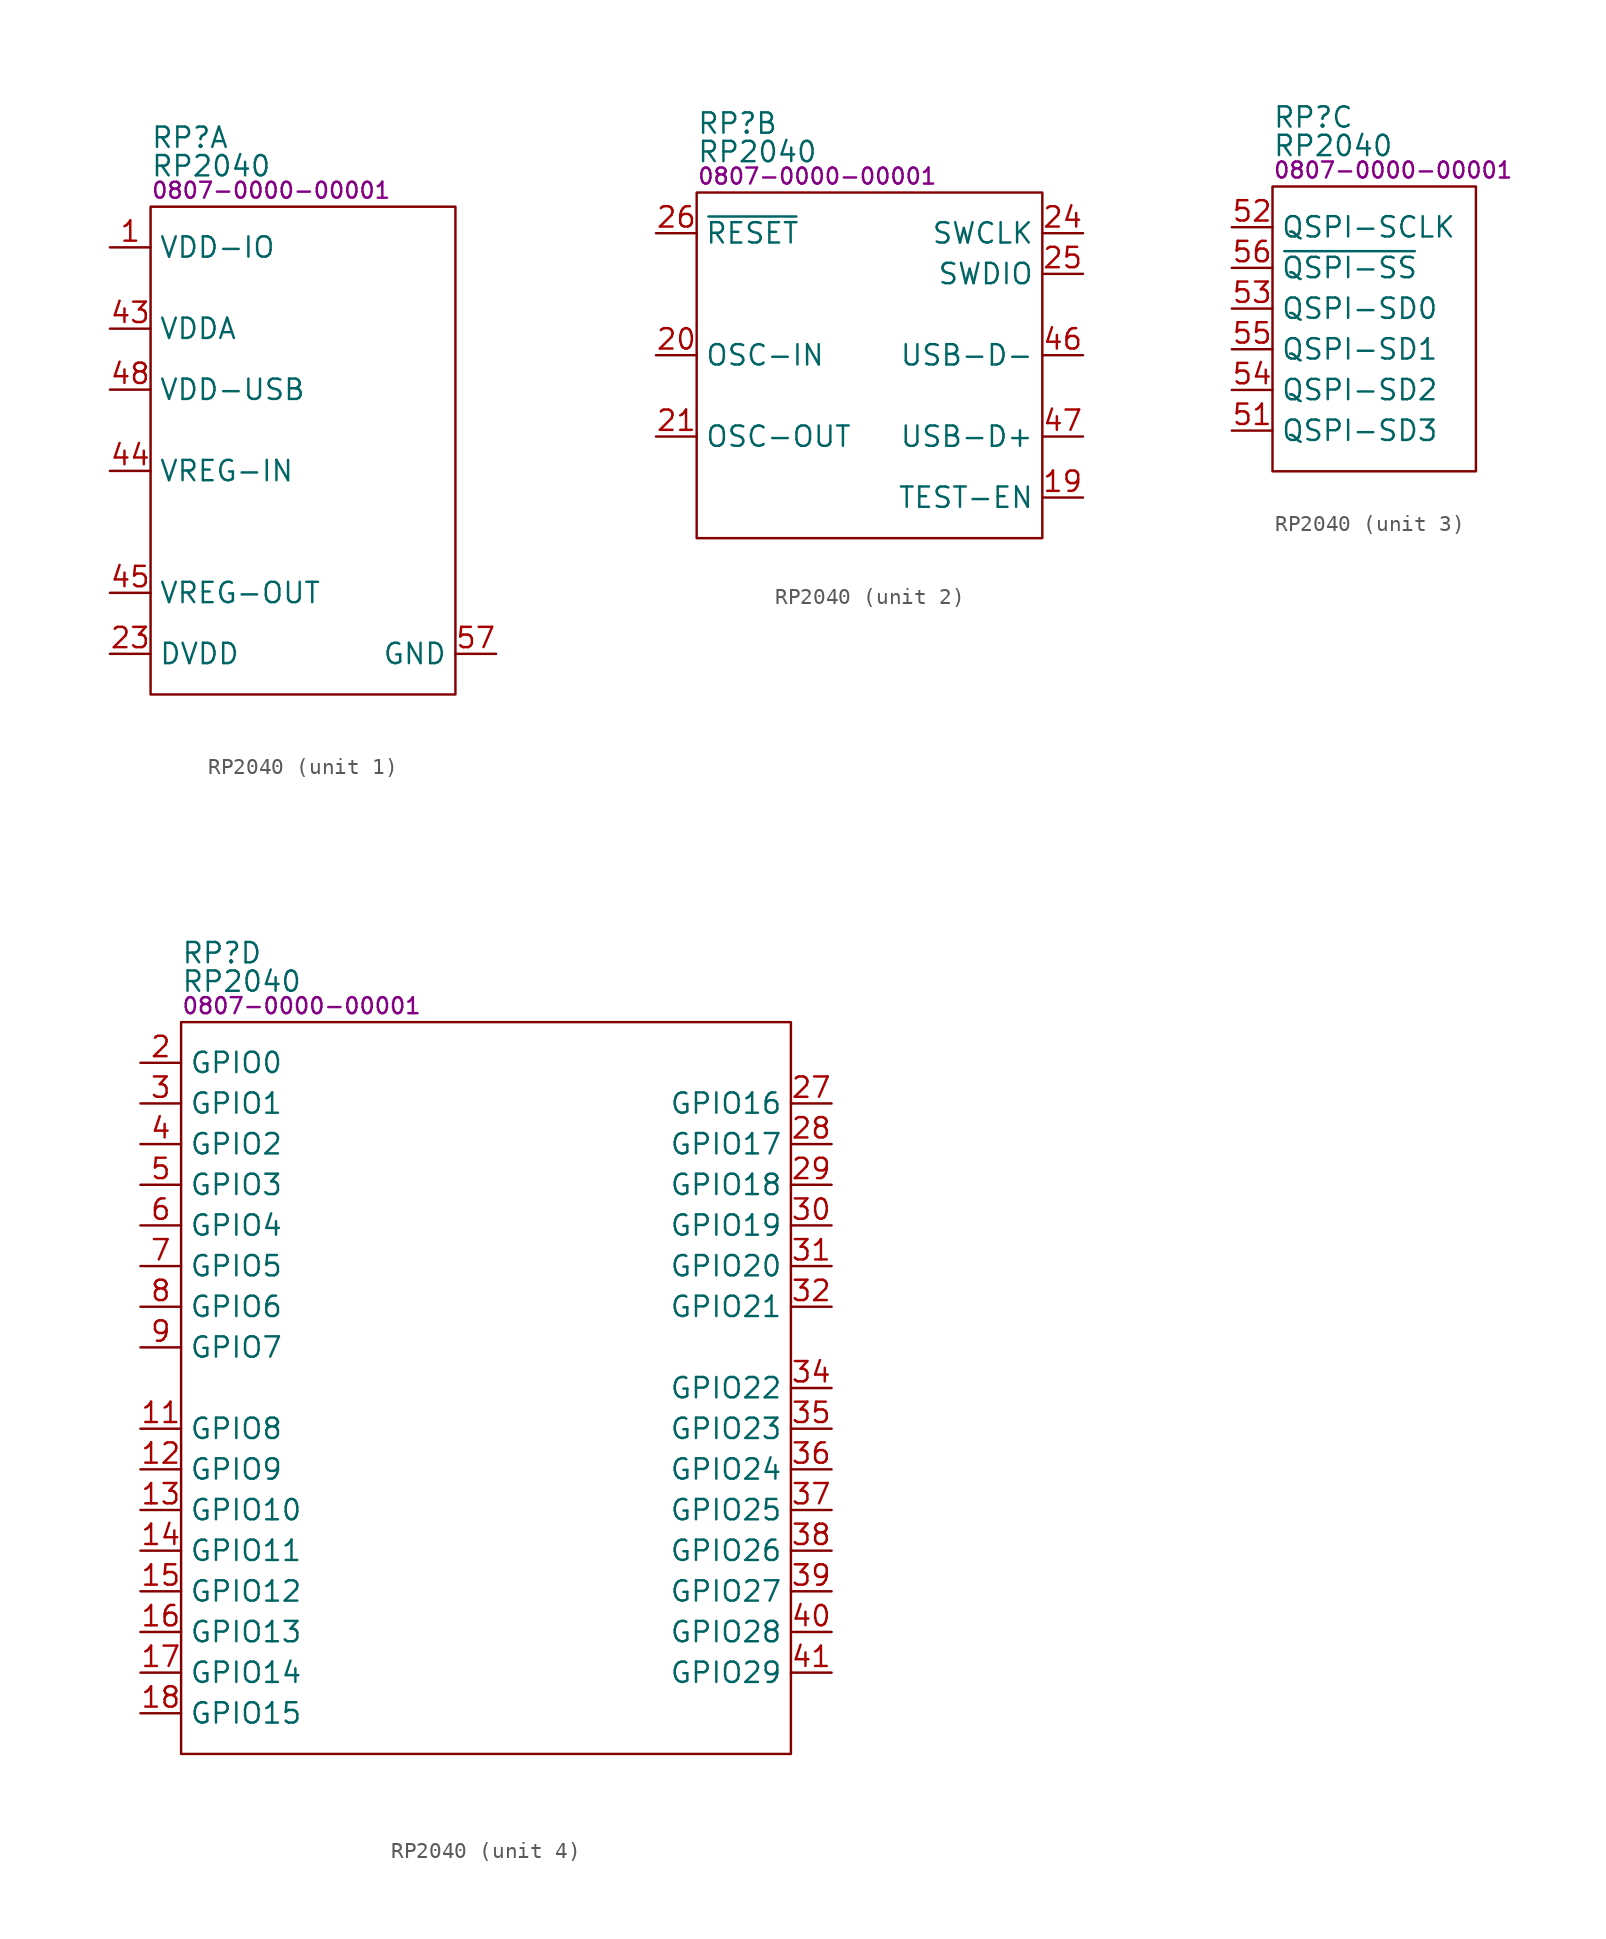
<source format=kicad_sym>
(kicad_symbol_lib
  (version 20231120)
  (generator "kicad_symbol_editor")
  (generator_version "8.0")
  (symbol "RP2040"
    (property "Reference" "RP"
      (at 0 4.318 0)
      (effects (font (size 1.27 1.27)) (justify left)))
    (property "Value" "RP2040"
      (at 0 2.54 0)
      (effects (font (size 1.27 1.27)) (justify left)))
    (property "PartNumber" "0807-0000-00001"
      (at 0 1.016 0)
      (effects (font (size 1 1)) (justify left)))
    (property "ki_locked" ""
      (at 0 0 0)
      (effects (font (size 1.27 1.27))))
    (symbol "RP2040_1_0"
      (pin power_in line (at -2.54 -2.54 0) (length 2.54) (name "VDD-IO" (effects (font (size 1.27 1.27)))) (number "1" (effects (font (size 1.27 1.27)))))
      (pin power_in line (at -2.54 -2.54 0) (length 2.54) hide (name "VDD-IO" (effects (font (size 1.27 1.27)))) (number "10" (effects (font (size 1.27 1.27)))))
      (pin power_in line (at -2.54 -2.54 0) (length 2.54) hide (name "VDD-IO" (effects (font (size 1.27 1.27)))) (number "22" (effects (font (size 1.27 1.27)))))
      (pin power_in line (at -2.54 -27.94 0) (length 2.54) (name "DVDD" (effects (font (size 1.27 1.27)))) (number "23" (effects (font (size 1.27 1.27)))))
      (pin power_in line (at -2.54 -2.54 0) (length 2.54) hide (name "VDD-IO" (effects (font (size 1.27 1.27)))) (number "33" (effects (font (size 1.27 1.27)))))
      (pin power_in line (at -2.54 -2.54 0) (length 2.54) hide (name "VDD-IO" (effects (font (size 1.27 1.27)))) (number "42" (effects (font (size 1.27 1.27)))))
      (pin power_in line (at -2.54 -7.62 0) (length 2.54) (name "VDDA" (effects (font (size 1.27 1.27)))) (number "43" (effects (font (size 1.27 1.27)))))
      (pin power_in line (at -2.54 -16.51 0) (length 2.54) (name "VREG-IN" (effects (font (size 1.27 1.27)))) (number "44" (effects (font (size 1.27 1.27)))))
      (pin power_out line (at -2.54 -24.13 0) (length 2.54) (name "VREG-OUT" (effects (font (size 1.27 1.27)))) (number "45" (effects (font (size 1.27 1.27)))))
      (pin power_in line (at -2.54 -11.43 0) (length 2.54) (name "VDD-USB" (effects (font (size 1.27 1.27)))) (number "48" (effects (font (size 1.27 1.27)))))
      (pin power_in line (at -2.54 -2.54 0) (length 2.54) hide (name "VDD-IO" (effects (font (size 1.27 1.27)))) (number "49" (effects (font (size 1.27 1.27)))))
      (pin power_in line (at -2.54 -27.94 0) (length 2.54) hide (name "DVDD" (effects (font (size 1.27 1.27)))) (number "50" (effects (font (size 1.27 1.27)))))
      (pin power_in line (at 21.59 -27.94 180) (length 2.54) (name "GND" (effects (font (size 1.27 1.27)))) (number "57" (effects (font (size 1.27 1.27))))))
    (symbol "RP2040_1_1"
      (rectangle (start 0 0) (end 19.05 -30.48) (stroke (width 0) (type default)) (fill (type none))))
    (symbol "RP2040_2_0"
      (pin passive line (at 24.13 -19.05 180) (length 2.54) (name "TEST-EN" (effects (font (size 1.27 1.27)))) (number "19" (effects (font (size 1.27 1.27)))))
      (pin passive line (at -2.54 -10.16 0) (length 2.54) (name "OSC-IN" (effects (font (size 1.27 1.27)))) (number "20" (effects (font (size 1.27 1.27)))))
      (pin passive line (at -2.54 -15.24 0) (length 2.54) (name "OSC-OUT" (effects (font (size 1.27 1.27)))) (number "21" (effects (font (size 1.27 1.27)))))
      (pin input line (at 24.13 -2.54 180) (length 2.54) (name "SWCLK" (effects (font (size 1.27 1.27)))) (number "24" (effects (font (size 1.27 1.27)))))
      (pin bidirectional line (at 24.13 -5.08 180) (length 2.54) (name "SWDIO" (effects (font (size 1.27 1.27)))) (number "25" (effects (font (size 1.27 1.27)))))
      (pin input line (at -2.54 -2.54 0) (length 2.54) (name "~{RESET}" (effects (font (size 1.27 1.27)))) (number "26" (effects (font (size 1.27 1.27)))))
      (pin bidirectional line (at 24.13 -10.16 180) (length 2.54) (name "USB-D-" (effects (font (size 1.27 1.27)))) (number "46" (effects (font (size 1.27 1.27)))))
      (pin bidirectional line (at 24.13 -15.24 180) (length 2.54) (name "USB-D+" (effects (font (size 1.27 1.27)))) (number "47" (effects (font (size 1.27 1.27))))))
    (symbol "RP2040_2_1"
      (rectangle (start 0 0) (end 21.59 -21.59) (stroke (width 0) (type default)) (fill (type none))))
    (symbol "RP2040_3_0"
      (pin bidirectional line (at -2.54 -15.24 0) (length 2.54) (name "QSPI-SD3" (effects (font (size 1.27 1.27)))) (number "51" (effects (font (size 1.27 1.27)))))
      (pin output line (at -2.54 -2.54 0) (length 2.54) (name "QSPI-SCLK" (effects (font (size 1.27 1.27)))) (number "52" (effects (font (size 1.27 1.27)))))
      (pin bidirectional line (at -2.54 -7.62 0) (length 2.54) (name "QSPI-SD0" (effects (font (size 1.27 1.27)))) (number "53" (effects (font (size 1.27 1.27)))))
      (pin bidirectional line (at -2.54 -12.7 0) (length 2.54) (name "QSPI-SD2" (effects (font (size 1.27 1.27)))) (number "54" (effects (font (size 1.27 1.27)))))
      (pin bidirectional line (at -2.54 -10.16 0) (length 2.54) (name "QSPI-SD1" (effects (font (size 1.27 1.27)))) (number "55" (effects (font (size 1.27 1.27)))))
      (pin output line (at -2.54 -5.08 0) (length 2.54) (name "~{QSPI-SS}" (effects (font (size 1.27 1.27)))) (number "56" (effects (font (size 1.27 1.27))))))
    (symbol "RP2040_3_1"
      (rectangle (start 0 0) (end 12.7 -17.78) (stroke (width 0) (type default)) (fill (type none))))
    (symbol "RP2040_4_0"
      (pin bidirectional line (at -2.54 -25.4 0) (length 2.54) (name "GPIO8" (effects (font (size 1.27 1.27)))) (number "11" (effects (font (size 1.27 1.27)))) (alternate "I2C0-SDA" bidirectional line) (alternate "PIO0" bidirectional line) (alternate "PIO1" bidirectional line) (alternate "PWM4-A" bidirectional line) (alternate "SIO" bidirectional line) (alternate "SPI1-RX" bidirectional line) (alternate "UART1-TX" bidirectional line) (alternate "USB-VBUS-EN" bidirectional line))
      (pin bidirectional line (at -2.54 -27.94 0) (length 2.54) (name "GPIO9" (effects (font (size 1.27 1.27)))) (number "12" (effects (font (size 1.27 1.27)))) (alternate "I2C0-SCL" bidirectional line) (alternate "PIO0" bidirectional line) (alternate "PIO1" bidirectional line) (alternate "PWM4-B" bidirectional line) (alternate "SIO" bidirectional line) (alternate "SPI1-~{CS}" bidirectional line) (alternate "UART1-RX" bidirectional line) (alternate "USB-OVCUR-DET" bidirectional line))
      (pin bidirectional line (at -2.54 -30.48 0) (length 2.54) (name "GPIO10" (effects (font (size 1.27 1.27)))) (number "13" (effects (font (size 1.27 1.27)))) (alternate "I2C1-SDA" bidirectional line) (alternate "PIO0" bidirectional line) (alternate "PIO1" bidirectional line) (alternate "PWM5-A" bidirectional line) (alternate "SIO" bidirectional line) (alternate "SPI1-SCK" bidirectional line) (alternate "UART1-CTS" bidirectional line) (alternate "USB-VBUS-DET" bidirectional line))
      (pin bidirectional line (at -2.54 -33.02 0) (length 2.54) (name "GPIO11" (effects (font (size 1.27 1.27)))) (number "14" (effects (font (size 1.27 1.27)))) (alternate "I2C1-SCL" bidirectional line) (alternate "PIO0" bidirectional line) (alternate "PIO1" bidirectional line) (alternate "PWM5-B" bidirectional line) (alternate "SIO" bidirectional line) (alternate "SPI1-TX" bidirectional line) (alternate "UART1-RTS" bidirectional line) (alternate "USB-VBUS-EN" bidirectional line))
      (pin bidirectional line (at -2.54 -35.56 0) (length 2.54) (name "GPIO12" (effects (font (size 1.27 1.27)))) (number "15" (effects (font (size 1.27 1.27)))) (alternate "I2C0-SDA" bidirectional line) (alternate "PIO0" bidirectional line) (alternate "PIO1" bidirectional line) (alternate "PWM6-A" bidirectional line) (alternate "SIO" bidirectional line) (alternate "SPI1-RX" bidirectional line) (alternate "UART0-TX" bidirectional line) (alternate "USB-OVCUR-DET" bidirectional line))
      (pin bidirectional line (at -2.54 -38.1 0) (length 2.54) (name "GPIO13" (effects (font (size 1.27 1.27)))) (number "16" (effects (font (size 1.27 1.27)))) (alternate "I2C0-SCL" bidirectional line) (alternate "PIO0" bidirectional line) (alternate "PIO1" bidirectional line) (alternate "PWM6-B" bidirectional line) (alternate "SIO" bidirectional line) (alternate "SPI1-~{CS}" bidirectional line) (alternate "UART0-RX" bidirectional line) (alternate "USB-VBUS-DET" bidirectional line))
      (pin bidirectional line (at -2.54 -40.64 0) (length 2.54) (name "GPIO14" (effects (font (size 1.27 1.27)))) (number "17" (effects (font (size 1.27 1.27)))) (alternate "I2C1-SDA" bidirectional line) (alternate "PIO0" bidirectional line) (alternate "PIO1" bidirectional line) (alternate "PWM7-A" bidirectional line) (alternate "SIO" bidirectional line) (alternate "SPI1-SCK" bidirectional line) (alternate "UART0-CTS" bidirectional line) (alternate "USB-VBUS-EN" bidirectional line))
      (pin bidirectional line (at -2.54 -43.18 0) (length 2.54) (name "GPIO15" (effects (font (size 1.27 1.27)))) (number "18" (effects (font (size 1.27 1.27)))) (alternate "I2C1-SCL" bidirectional line) (alternate "PIO0" bidirectional line) (alternate "PIO1" bidirectional line) (alternate "PWM7-B" bidirectional line) (alternate "SIO" bidirectional line) (alternate "SPI1-TX" bidirectional line) (alternate "UART0-RTS" bidirectional line) (alternate "USB-OVCUR-DET" bidirectional line))
      (pin bidirectional line (at -2.54 -2.54 0) (length 2.54) (name "GPIO0" (effects (font (size 1.27 1.27)))) (number "2" (effects (font (size 1.27 1.27)))) (alternate "I2C0-SDA" bidirectional line) (alternate "PIO0" bidirectional line) (alternate "PIO1" bidirectional line) (alternate "PWM0-A" output line) (alternate "SIO" bidirectional line) (alternate "SPI0-RX" input line) (alternate "USART-TX" output line) (alternate "USB-OC-DET" input line))
      (pin bidirectional line (at 40.64 -5.08 180) (length 2.54) (name "GPIO16" (effects (font (size 1.27 1.27)))) (number "27" (effects (font (size 1.27 1.27)))) (alternate "I2C0-SDA" bidirectional line) (alternate "PIO0" bidirectional line) (alternate "PIO1" bidirectional line) (alternate "PWM0-A" bidirectional line) (alternate "SIO" bidirectional line) (alternate "SPI0-RX" bidirectional line) (alternate "UART0-TX" bidirectional line) (alternate "USB-VBUS-DET" bidirectional line))
      (pin bidirectional line (at 40.64 -7.62 180) (length 2.54) (name "GPIO17" (effects (font (size 1.27 1.27)))) (number "28" (effects (font (size 1.27 1.27)))) (alternate "I2C0-SCL" bidirectional line) (alternate "PIO0" bidirectional line) (alternate "PIO1" bidirectional line) (alternate "PWM0-B" bidirectional line) (alternate "SIO" bidirectional line) (alternate "SPI0-~{CS}" bidirectional line) (alternate "UART0-RX" bidirectional line) (alternate "USB-VBUS-EN" bidirectional line))
      (pin bidirectional line (at 40.64 -10.16 180) (length 2.54) (name "GPIO18" (effects (font (size 1.27 1.27)))) (number "29" (effects (font (size 1.27 1.27)))) (alternate "I2C1-SDA" bidirectional line) (alternate "PIO0" bidirectional line) (alternate "PIO1" bidirectional line) (alternate "PWM1-A" bidirectional line) (alternate "SIO" bidirectional line) (alternate "SPI0-SCK" bidirectional line) (alternate "UART0-CTS" bidirectional line) (alternate "USB-OVCUR-DET" bidirectional line))
      (pin bidirectional line (at -2.54 -5.08 0) (length 2.54) (name "GPIO1" (effects (font (size 1.27 1.27)))) (number "3" (effects (font (size 1.27 1.27)))) (alternate "I2C0-SCL" bidirectional line) (alternate "PIO0" bidirectional line) (alternate "PIO1" bidirectional line) (alternate "PWM0-B" output line) (alternate "SIO" bidirectional line) (alternate "SPI0-~{CS}" output line) (alternate "UART0-RX" input line) (alternate "USB-VBUS-DET" input line))
      (pin bidirectional line (at 40.64 -12.7 180) (length 2.54) (name "GPIO19" (effects (font (size 1.27 1.27)))) (number "30" (effects (font (size 1.27 1.27)))) (alternate "I2C1-SCL" bidirectional line) (alternate "PIO0" bidirectional line) (alternate "PIO1" bidirectional line) (alternate "PWM1-B" bidirectional line) (alternate "SIO" bidirectional line) (alternate "SPI0-TX" bidirectional line) (alternate "UART0-RTS" bidirectional line) (alternate "USB-VBUS-DET" bidirectional line))
      (pin bidirectional line (at 40.64 -15.24 180) (length 2.54) (name "GPIO20" (effects (font (size 1.27 1.27)))) (number "31" (effects (font (size 1.27 1.27)))) (alternate "CLOCK-GPIN0" bidirectional line) (alternate "I2C0-SDA" bidirectional line) (alternate "PIO0" bidirectional line) (alternate "PIO1" bidirectional line) (alternate "PWM2-A" bidirectional line) (alternate "SIO" bidirectional line) (alternate "SPI0-RX" bidirectional line) (alternate "UART1-TX" bidirectional line) (alternate "USB-VBUS-EN" bidirectional line))
      (pin bidirectional line (at 40.64 -17.78 180) (length 2.54) (name "GPIO21" (effects (font (size 1.27 1.27)))) (number "32" (effects (font (size 1.27 1.27)))) (alternate "CLOCK-GPOUT0" bidirectional line) (alternate "I2C0-SCL" bidirectional line) (alternate "PIO0" bidirectional line) (alternate "PIO1" bidirectional line) (alternate "PWM2-B" bidirectional line) (alternate "SIO" bidirectional line) (alternate "SPI0-~{CS}" bidirectional line) (alternate "UART1-RX" bidirectional line) (alternate "USB-OVCUR-DET" bidirectional line))
      (pin bidirectional line (at 40.64 -22.86 180) (length 2.54) (name "GPIO22" (effects (font (size 1.27 1.27)))) (number "34" (effects (font (size 1.27 1.27)))) (alternate "CLOCK-GPIN1" bidirectional line) (alternate "I2C1-SDA" bidirectional line) (alternate "PIO0" bidirectional line) (alternate "PIO1" bidirectional line) (alternate "PWM3-A" bidirectional line) (alternate "SIO" bidirectional line) (alternate "SPI0-SCK" bidirectional line) (alternate "UART1-CTS" bidirectional line) (alternate "USB-VBUS-DET" bidirectional line))
      (pin bidirectional line (at 40.64 -25.4 180) (length 2.54) (name "GPIO23" (effects (font (size 1.27 1.27)))) (number "35" (effects (font (size 1.27 1.27)))) (alternate "CLOCK-GPOUT1" bidirectional line) (alternate "I2C1-SCL" bidirectional line) (alternate "PIO0" bidirectional line) (alternate "PIO1" bidirectional line) (alternate "PWM3-B" bidirectional line) (alternate "SIO" bidirectional line) (alternate "SPI0-TX" bidirectional line) (alternate "UART1-RTS" bidirectional line) (alternate "USB-VBUS-EN" bidirectional line))
      (pin bidirectional line (at 40.64 -27.94 180) (length 2.54) (name "GPIO24" (effects (font (size 1.27 1.27)))) (number "36" (effects (font (size 1.27 1.27)))) (alternate "CLOCK-GPOUT2" bidirectional line) (alternate "I2C0-SDA" bidirectional line) (alternate "PIO0" bidirectional line) (alternate "PIO1" bidirectional line) (alternate "PWM4-A" bidirectional line) (alternate "SIO" bidirectional line) (alternate "SPI1-RX" bidirectional line) (alternate "UART1-TX" bidirectional line) (alternate "USB-OVCUR-DET" bidirectional line))
      (pin bidirectional line (at 40.64 -30.48 180) (length 2.54) (name "GPIO25" (effects (font (size 1.27 1.27)))) (number "37" (effects (font (size 1.27 1.27)))) (alternate "CLOCK-GPOUT3" bidirectional line) (alternate "I2C0-SCL" bidirectional line) (alternate "PIO0" bidirectional line) (alternate "PIO1" bidirectional line) (alternate "PWM4-B" bidirectional line) (alternate "SIO" bidirectional line) (alternate "SPI1-~{CS}" bidirectional line) (alternate "UART1-RX" bidirectional line) (alternate "USB-VBUS-DET" bidirectional line))
      (pin bidirectional line (at 40.64 -33.02 180) (length 2.54) (name "GPIO26" (effects (font (size 1.27 1.27)))) (number "38" (effects (font (size 1.27 1.27)))) (alternate "ADC-0" bidirectional line) (alternate "I2C1-SDA" bidirectional line) (alternate "PIO0" bidirectional line) (alternate "PIO1" bidirectional line) (alternate "PWM5-A" bidirectional line) (alternate "SIO" bidirectional line) (alternate "SPI1-SCK" bidirectional line) (alternate "UART1-CTS" bidirectional line) (alternate "USB-VBUS-EN" bidirectional line))
      (pin bidirectional line (at 40.64 -35.56 180) (length 2.54) (name "GPIO27" (effects (font (size 1.27 1.27)))) (number "39" (effects (font (size 1.27 1.27)))) (alternate "ADC-1" bidirectional line) (alternate "I2C1-SCL" bidirectional line) (alternate "PIO0" bidirectional line) (alternate "PIO1" bidirectional line) (alternate "PWM5-B" bidirectional line) (alternate "SIO" bidirectional line) (alternate "SPI1-TX" bidirectional line) (alternate "UART1-RTS" bidirectional line) (alternate "USB-OVCUR-DET" bidirectional line))
      (pin bidirectional line (at -2.54 -7.62 0) (length 2.54) (name "GPIO2" (effects (font (size 1.27 1.27)))) (number "4" (effects (font (size 1.27 1.27)))) (alternate "I2C1-SDA" bidirectional line) (alternate "PIO0" bidirectional line) (alternate "PIO1" bidirectional line) (alternate "PWM1-A" output line) (alternate "SIO" bidirectional line) (alternate "SPI0-SCK" bidirectional line) (alternate "UART0-CTS" bidirectional line) (alternate "USB-VBUS-EN" output line))
      (pin bidirectional line (at 40.64 -38.1 180) (length 2.54) (name "GPIO28" (effects (font (size 1.27 1.27)))) (number "40" (effects (font (size 1.27 1.27)))) (alternate "ADC-2" bidirectional line) (alternate "I2C0-SDA" bidirectional line) (alternate "PIO0" bidirectional line) (alternate "PIO1" bidirectional line) (alternate "PWM6-A" bidirectional line) (alternate "SIO" bidirectional line) (alternate "SPI1-RX" bidirectional line) (alternate "UART0-TX" bidirectional line) (alternate "USB-VBUS-DET" bidirectional line))
      (pin bidirectional line (at 40.64 -40.64 180) (length 2.54) (name "GPIO29" (effects (font (size 1.27 1.27)))) (number "41" (effects (font (size 1.27 1.27)))) (alternate "ADC-3" bidirectional line) (alternate "I2C0-SCL" bidirectional line) (alternate "PIO0" bidirectional line) (alternate "PIO1" bidirectional line) (alternate "PWM6-B" bidirectional line) (alternate "SIO" bidirectional line) (alternate "SPI1-~{CS}" bidirectional line) (alternate "UART0-RX" bidirectional line) (alternate "USB-VBUS-EN" bidirectional line))
      (pin bidirectional line (at -2.54 -10.16 0) (length 2.54) (name "GPIO3" (effects (font (size 1.27 1.27)))) (number "5" (effects (font (size 1.27 1.27)))) (alternate "I2C1-SCL" bidirectional line) (alternate "PIO0" bidirectional line) (alternate "PIO1" bidirectional line) (alternate "PWM1-B" output line) (alternate "SIO" bidirectional line) (alternate "SPI0-TX" bidirectional line) (alternate "UART0-RTS" bidirectional line) (alternate "USB-OC-DET" input line))
      (pin bidirectional line (at -2.54 -12.7 0) (length 2.54) (name "GPIO4" (effects (font (size 1.27 1.27)))) (number "6" (effects (font (size 1.27 1.27)))) (alternate "I2C0-SDA" bidirectional line) (alternate "PIO0" bidirectional line) (alternate "PIO1" bidirectional line) (alternate "PWM2-A" output line) (alternate "SIO" bidirectional line) (alternate "SPI0-RX" bidirectional line) (alternate "UART1-TX" output line) (alternate "USB-VBUS-DET" input line))
      (pin bidirectional line (at -2.54 -15.24 0) (length 2.54) (name "GPIO5" (effects (font (size 1.27 1.27)))) (number "7" (effects (font (size 1.27 1.27)))) (alternate "I2C0-SCL" bidirectional line) (alternate "PIO0" bidirectional line) (alternate "PIO1" bidirectional line) (alternate "PWM2-B" output line) (alternate "SIO" bidirectional line) (alternate "SPI0-~{CS}" bidirectional line) (alternate "UART1-RX" input line) (alternate "USB-VBUS-EN" output line))
      (pin bidirectional line (at -2.54 -17.78 0) (length 2.54) (name "GPIO6" (effects (font (size 1.27 1.27)))) (number "8" (effects (font (size 1.27 1.27)))) (alternate "I2C0-SDA" bidirectional line) (alternate "PIO0" bidirectional line) (alternate "PIO1" bidirectional line) (alternate "PWM3-A" output line) (alternate "SIO" bidirectional line) (alternate "SPI0-SCK" bidirectional line) (alternate "UART1-CTS" bidirectional line) (alternate "USB-OC-DET" input line))
      (pin bidirectional line (at -2.54 -20.32 0) (length 2.54) (name "GPIO7" (effects (font (size 1.27 1.27)))) (number "9" (effects (font (size 1.27 1.27)))) (alternate "I2C1-SCL" bidirectional line) (alternate "PIO0" bidirectional line) (alternate "PIO1" bidirectional line) (alternate "PWM3-B" output line) (alternate "SIO" bidirectional line) (alternate "SPI0-TX" bidirectional line) (alternate "UART1-RTS" bidirectional line) (alternate "USB-VBUS-DET" input line)))
    (symbol "RP2040_4_1"
      (rectangle (start 0 0) (end 38.1 -45.72) (stroke (width 0) (type default)) (fill (type none))))))
</source>
